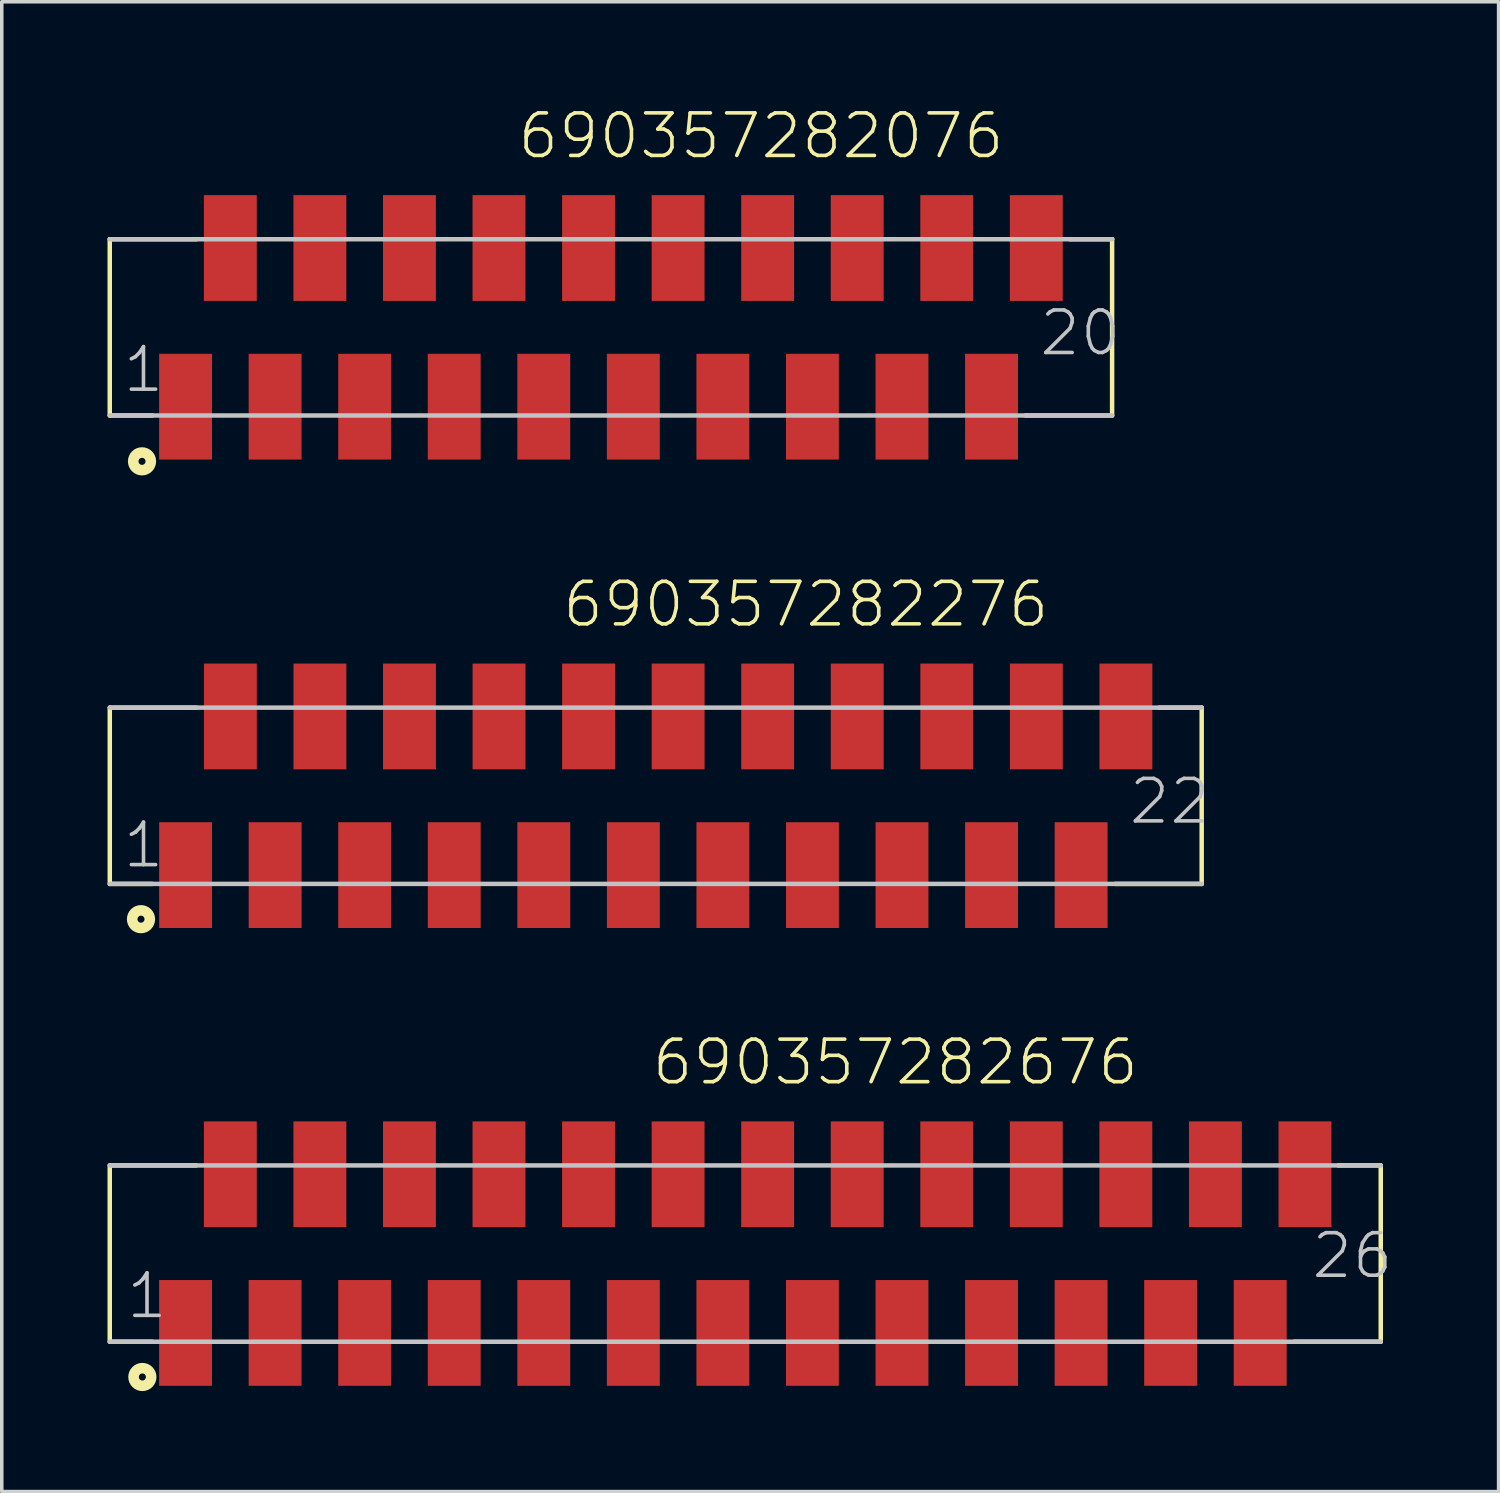
<source format=kicad_pcb>
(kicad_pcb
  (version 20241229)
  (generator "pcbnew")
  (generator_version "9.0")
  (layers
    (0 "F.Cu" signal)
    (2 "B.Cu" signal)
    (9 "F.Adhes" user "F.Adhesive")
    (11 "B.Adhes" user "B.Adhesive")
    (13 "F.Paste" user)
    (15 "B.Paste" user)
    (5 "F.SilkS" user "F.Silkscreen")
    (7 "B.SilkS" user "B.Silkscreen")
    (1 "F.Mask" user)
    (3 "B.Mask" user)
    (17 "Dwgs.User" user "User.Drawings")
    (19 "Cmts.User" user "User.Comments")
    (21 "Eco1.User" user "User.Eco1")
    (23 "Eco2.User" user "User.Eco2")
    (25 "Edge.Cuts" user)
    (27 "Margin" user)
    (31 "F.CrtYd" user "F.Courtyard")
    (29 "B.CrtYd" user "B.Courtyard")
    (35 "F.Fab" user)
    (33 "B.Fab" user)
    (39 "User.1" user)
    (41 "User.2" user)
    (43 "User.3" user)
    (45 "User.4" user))
  (footprint "690357282276"
    (layer "F.Cu")
    (at 15.549 19.521)
    (property "Reference" "690357282276" (at -2.701 -4.724 0) (layer "F.SilkS") (effects (font (size 1.206 1.206) (thickness 0.102)) (justify left bottom)))
    (attr through_hole)
    (fp_line (start -15.485 -2.5) (end -15.485 2.5) (stroke (width 0.127) (type solid)) (layer "F.SilkS"))
    (fp_line (start -14.28 2.5) (end -15.48 2.5) (stroke (width 0.127) (type solid)) (layer "F.SilkS"))
    (fp_line (start -13.03 -2.5) (end -15.48 -2.5) (stroke (width 0.127) (type solid)) (layer "F.SilkS"))
    (fp_line (start 13.03 2.5) (end 15.485 2.5) (stroke (width 0.127) (type solid)) (layer "F.SilkS"))
    (fp_line (start 14.28 -2.5) (end 15.485 -2.5) (stroke (width 0.127) (type solid)) (layer "F.SilkS"))
    (fp_line (start 15.485 2.5) (end 15.485 -2.5) (stroke (width 0.127) (type solid)) (layer "F.SilkS"))
    (fp_circle (center -14.6 3.5) (end -14.5 3.5) (stroke (width 0.3) (type solid)) (fill no) (layer "F.SilkS"))
    (fp_line (start -15.485 2.5) (end 15.485 2.5) (stroke (width 0.127) (type solid)) (layer "Dwgs.User"))
    (fp_line (start 15.485 -2.5) (end -15.485 -2.5) (stroke (width 0.127) (type solid)) (layer "Dwgs.User"))
    (fp_text user "1" (at -15.17 2.105 0) (layer "Dwgs.User") (effects (font (size 1.206 1.206) (thickness 0.102)) (justify left bottom)))
    (fp_text user "22" (at 13.365 0.865 0) (layer "Dwgs.User") (effects (font (size 1.206 1.206) (thickness 0.102)) (justify left bottom)))
    (pad "1" smd rect (at -13.335 2.25 180) (size 1.5 3) (layers "F.Cu" "F.Mask" "F.Paste"))
    (pad "2" smd rect (at -12.065 -2.25 180) (size 1.5 3) (layers "F.Cu" "F.Mask" "F.Paste"))
    (pad "3" smd rect (at -10.795 2.25 180) (size 1.5 3) (layers "F.Cu" "F.Mask" "F.Paste"))
    (pad "4" smd rect (at -9.525 -2.25 180) (size 1.5 3) (layers "F.Cu" "F.Mask" "F.Paste"))
    (pad "5" smd rect (at -8.255 2.25 180) (size 1.5 3) (layers "F.Cu" "F.Mask" "F.Paste"))
    (pad "6" smd rect (at -6.985 -2.25 180) (size 1.5 3) (layers "F.Cu" "F.Mask" "F.Paste"))
    (pad "7" smd rect (at -5.715 2.25 180) (size 1.5 3) (layers "F.Cu" "F.Mask" "F.Paste"))
    (pad "8" smd rect (at -4.445 -2.25 180) (size 1.5 3) (layers "F.Cu" "F.Mask" "F.Paste"))
    (pad "9" smd rect (at -3.175 2.25 180) (size 1.5 3) (layers "F.Cu" "F.Mask" "F.Paste"))
    (pad "10" smd rect (at -1.905 -2.25 180) (size 1.5 3) (layers "F.Cu" "F.Mask" "F.Paste"))
    (pad "11" smd rect (at -0.635 2.25 180) (size 1.5 3) (layers "F.Cu" "F.Mask" "F.Paste"))
    (pad "12" smd rect (at 0.635 -2.25 180) (size 1.5 3) (layers "F.Cu" "F.Mask" "F.Paste"))
    (pad "13" smd rect (at 1.905 2.25 180) (size 1.5 3) (layers "F.Cu" "F.Mask" "F.Paste"))
    (pad "14" smd rect (at 3.175 -2.25 180) (size 1.5 3) (layers "F.Cu" "F.Mask" "F.Paste"))
    (pad "15" smd rect (at 4.445 2.25 180) (size 1.5 3) (layers "F.Cu" "F.Mask" "F.Paste"))
    (pad "16" smd rect (at 5.715 -2.25 180) (size 1.5 3) (layers "F.Cu" "F.Mask" "F.Paste"))
    (pad "17" smd rect (at 6.985 2.25 180) (size 1.5 3) (layers "F.Cu" "F.Mask" "F.Paste"))
    (pad "18" smd rect (at 8.255 -2.25 180) (size 1.5 3) (layers "F.Cu" "F.Mask" "F.Paste"))
    (pad "19" smd rect (at 9.525 2.25 180) (size 1.5 3) (layers "F.Cu" "F.Mask" "F.Paste"))
    (pad "20" smd rect (at 10.795 -2.25 180) (size 1.5 3) (layers "F.Cu" "F.Mask" "F.Paste"))
    (pad "21" smd rect (at 12.065 2.25 180) (size 1.5 3) (layers "F.Cu" "F.Mask" "F.Paste"))
    (pad "22" smd rect (at 13.335 -2.25 180) (size 1.5 3) (layers "F.Cu" "F.Mask" "F.Paste")))
  (footprint "690357282676"
    (layer "F.Cu")
    (at 18.088 32.506)
    (property "Reference" "690357282676" (at -2.701 -4.724 0) (layer "F.SilkS") (effects (font (size 1.206 1.206) (thickness 0.102)) (justify left bottom)))
    (attr through_hole)
    (fp_line (start -18.025 -2.5) (end -18.025 2.5) (stroke (width 0.127) (type solid)) (layer "F.SilkS"))
    (fp_line (start -16.82 2.5) (end -18.02 2.5) (stroke (width 0.127) (type solid)) (layer "F.SilkS"))
    (fp_line (start -15.57 -2.5) (end -18.02 -2.5) (stroke (width 0.127) (type solid)) (layer "F.SilkS"))
    (fp_line (start 15.57 2.5) (end 18.025 2.5) (stroke (width 0.127) (type solid)) (layer "F.SilkS"))
    (fp_line (start 16.82 -2.5) (end 18.025 -2.5) (stroke (width 0.127) (type solid)) (layer "F.SilkS"))
    (fp_line (start 18.025 2.5) (end 18.025 -2.5) (stroke (width 0.127) (type solid)) (layer "F.SilkS"))
    (fp_circle (center -17.1 3.5) (end -17 3.5) (stroke (width 0.3) (type solid)) (fill no) (layer "F.SilkS"))
    (fp_line (start -18.025 2.5) (end 18.025 2.5) (stroke (width 0.127) (type solid)) (layer "Dwgs.User"))
    (fp_line (start 18.025 -2.5) (end -18.025 -2.5) (stroke (width 0.127) (type solid)) (layer "Dwgs.User"))
    (fp_text user "1" (at -17.61 1.905 0) (layer "Dwgs.User") (effects (font (size 1.206 1.206) (thickness 0.102)) (justify left bottom)))
    (fp_text user "26" (at 16.005 0.765 0) (layer "Dwgs.User") (effects (font (size 1.206 1.206) (thickness 0.102)) (justify left bottom)))
    (pad "1" smd rect (at -15.875 2.25 180) (size 1.5 3) (layers "F.Cu" "F.Mask" "F.Paste"))
    (pad "2" smd rect (at -14.605 -2.25 180) (size 1.5 3) (layers "F.Cu" "F.Mask" "F.Paste"))
    (pad "3" smd rect (at -13.335 2.25 180) (size 1.5 3) (layers "F.Cu" "F.Mask" "F.Paste"))
    (pad "4" smd rect (at -12.065 -2.25 180) (size 1.5 3) (layers "F.Cu" "F.Mask" "F.Paste"))
    (pad "5" smd rect (at -10.795 2.25 180) (size 1.5 3) (layers "F.Cu" "F.Mask" "F.Paste"))
    (pad "6" smd rect (at -9.525 -2.25 180) (size 1.5 3) (layers "F.Cu" "F.Mask" "F.Paste"))
    (pad "7" smd rect (at -8.255 2.25 180) (size 1.5 3) (layers "F.Cu" "F.Mask" "F.Paste"))
    (pad "8" smd rect (at -6.985 -2.25 180) (size 1.5 3) (layers "F.Cu" "F.Mask" "F.Paste"))
    (pad "9" smd rect (at -5.715 2.25 180) (size 1.5 3) (layers "F.Cu" "F.Mask" "F.Paste"))
    (pad "10" smd rect (at -4.445 -2.25 180) (size 1.5 3) (layers "F.Cu" "F.Mask" "F.Paste"))
    (pad "11" smd rect (at -3.175 2.25 180) (size 1.5 3) (layers "F.Cu" "F.Mask" "F.Paste"))
    (pad "12" smd rect (at -1.905 -2.25 180) (size 1.5 3) (layers "F.Cu" "F.Mask" "F.Paste"))
    (pad "13" smd rect (at -0.635 2.25 180) (size 1.5 3) (layers "F.Cu" "F.Mask" "F.Paste"))
    (pad "14" smd rect (at 0.635 -2.25 180) (size 1.5 3) (layers "F.Cu" "F.Mask" "F.Paste"))
    (pad "15" smd rect (at 1.905 2.25 180) (size 1.5 3) (layers "F.Cu" "F.Mask" "F.Paste"))
    (pad "16" smd rect (at 3.175 -2.25 180) (size 1.5 3) (layers "F.Cu" "F.Mask" "F.Paste"))
    (pad "17" smd rect (at 4.445 2.25 180) (size 1.5 3) (layers "F.Cu" "F.Mask" "F.Paste"))
    (pad "18" smd rect (at 5.715 -2.25 180) (size 1.5 3) (layers "F.Cu" "F.Mask" "F.Paste"))
    (pad "19" smd rect (at 6.985 2.25 180) (size 1.5 3) (layers "F.Cu" "F.Mask" "F.Paste"))
    (pad "20" smd rect (at 8.255 -2.25 180) (size 1.5 3) (layers "F.Cu" "F.Mask" "F.Paste"))
    (pad "21" smd rect (at 9.525 2.25 180) (size 1.5 3) (layers "F.Cu" "F.Mask" "F.Paste"))
    (pad "22" smd rect (at 10.795 -2.25 180) (size 1.5 3) (layers "F.Cu" "F.Mask" "F.Paste"))
    (pad "23" smd rect (at 12.065 2.25 180) (size 1.5 3) (layers "F.Cu" "F.Mask" "F.Paste"))
    (pad "24" smd rect (at 13.335 -2.25 180) (size 1.5 3) (layers "F.Cu" "F.Mask" "F.Paste"))
    (pad "25" smd rect (at 14.605 2.25 180) (size 1.5 3) (layers "F.Cu" "F.Mask" "F.Paste"))
    (pad "26" smd rect (at 15.875 -2.25 180) (size 1.5 3) (layers "F.Cu" "F.Mask" "F.Paste")))
  (footprint "690357282076"
    (layer "F.Cu")
    (at 14.278 6.235)
    (property "Reference" "690357282076" (at -2.701 -4.724 0) (layer "F.SilkS") (effects (font (size 1.206 1.206) (thickness 0.102)) (justify left bottom)))
    (attr through_hole)
    (fp_line (start -14.215 -2.5) (end -14.215 2.5) (stroke (width 0.127) (type solid)) (layer "F.SilkS"))
    (fp_line (start -13.01 2.5) (end -14.21 2.5) (stroke (width 0.127) (type solid)) (layer "F.SilkS"))
    (fp_line (start -11.76 -2.5) (end -14.21 -2.5) (stroke (width 0.127) (type solid)) (layer "F.SilkS"))
    (fp_line (start 11.76 2.5) (end 14.215 2.5) (stroke (width 0.127) (type solid)) (layer "F.SilkS"))
    (fp_line (start 13.01 -2.5) (end 14.215 -2.5) (stroke (width 0.127) (type solid)) (layer "F.SilkS"))
    (fp_line (start 14.215 2.5) (end 14.215 -2.5) (stroke (width 0.127) (type solid)) (layer "F.SilkS"))
    (fp_circle (center -13.3 3.8) (end -13.2 3.8) (stroke (width 0.3) (type solid)) (fill no) (layer "F.SilkS"))
    (fp_line (start -14.215 2.5) (end 14.215 2.5) (stroke (width 0.127) (type solid)) (layer "Dwgs.User"))
    (fp_line (start 14.215 -2.5) (end -14.215 -2.5) (stroke (width 0.127) (type solid)) (layer "Dwgs.User"))
    (fp_text user "1" (at -13.9 1.905 0) (layer "Dwgs.User") (effects (font (size 1.206 1.206) (thickness 0.102)) (justify left bottom)))
    (fp_text user "20" (at 12.095 0.865 0) (layer "Dwgs.User") (effects (font (size 1.206 1.206) (thickness 0.102)) (justify left bottom)))
    (pad "1" smd rect (at -12.065 2.25 180) (size 1.5 3) (layers "F.Cu" "F.Mask" "F.Paste"))
    (pad "2" smd rect (at -10.795 -2.25 180) (size 1.5 3) (layers "F.Cu" "F.Mask" "F.Paste"))
    (pad "3" smd rect (at -9.525 2.25 180) (size 1.5 3) (layers "F.Cu" "F.Mask" "F.Paste"))
    (pad "4" smd rect (at -8.255 -2.25 180) (size 1.5 3) (layers "F.Cu" "F.Mask" "F.Paste"))
    (pad "5" smd rect (at -6.985 2.25 180) (size 1.5 3) (layers "F.Cu" "F.Mask" "F.Paste"))
    (pad "6" smd rect (at -5.715 -2.25 180) (size 1.5 3) (layers "F.Cu" "F.Mask" "F.Paste"))
    (pad "7" smd rect (at -4.445 2.25 180) (size 1.5 3) (layers "F.Cu" "F.Mask" "F.Paste"))
    (pad "8" smd rect (at -3.175 -2.25 180) (size 1.5 3) (layers "F.Cu" "F.Mask" "F.Paste"))
    (pad "9" smd rect (at -1.905 2.25 180) (size 1.5 3) (layers "F.Cu" "F.Mask" "F.Paste"))
    (pad "10" smd rect (at -0.635 -2.25 180) (size 1.5 3) (layers "F.Cu" "F.Mask" "F.Paste"))
    (pad "11" smd rect (at 0.635 2.25 180) (size 1.5 3) (layers "F.Cu" "F.Mask" "F.Paste"))
    (pad "12" smd rect (at 1.905 -2.25 180) (size 1.5 3) (layers "F.Cu" "F.Mask" "F.Paste"))
    (pad "13" smd rect (at 3.175 2.25 180) (size 1.5 3) (layers "F.Cu" "F.Mask" "F.Paste"))
    (pad "14" smd rect (at 4.445 -2.25 180) (size 1.5 3) (layers "F.Cu" "F.Mask" "F.Paste"))
    (pad "15" smd rect (at 5.715 2.25 180) (size 1.5 3) (layers "F.Cu" "F.Mask" "F.Paste"))
    (pad "16" smd rect (at 6.985 -2.25 180) (size 1.5 3) (layers "F.Cu" "F.Mask" "F.Paste"))
    (pad "17" smd rect (at 8.255 2.25 180) (size 1.5 3) (layers "F.Cu" "F.Mask" "F.Paste"))
    (pad "18" smd rect (at 9.525 -2.25 180) (size 1.5 3) (layers "F.Cu" "F.Mask" "F.Paste"))
    (pad "19" smd rect (at 10.795 2.25 180) (size 1.5 3) (layers "F.Cu" "F.Mask" "F.Paste"))
    (pad "20" smd rect (at 12.065 -2.25 180) (size 1.5 3) (layers "F.Cu" "F.Mask" "F.Paste")))
  (gr_rect
    (start -3 -3)
    (end 39.455 39.256)
    (stroke (width 0.1) (type default))
    (fill no)
    (layer "Edge.Cuts")))
</source>
